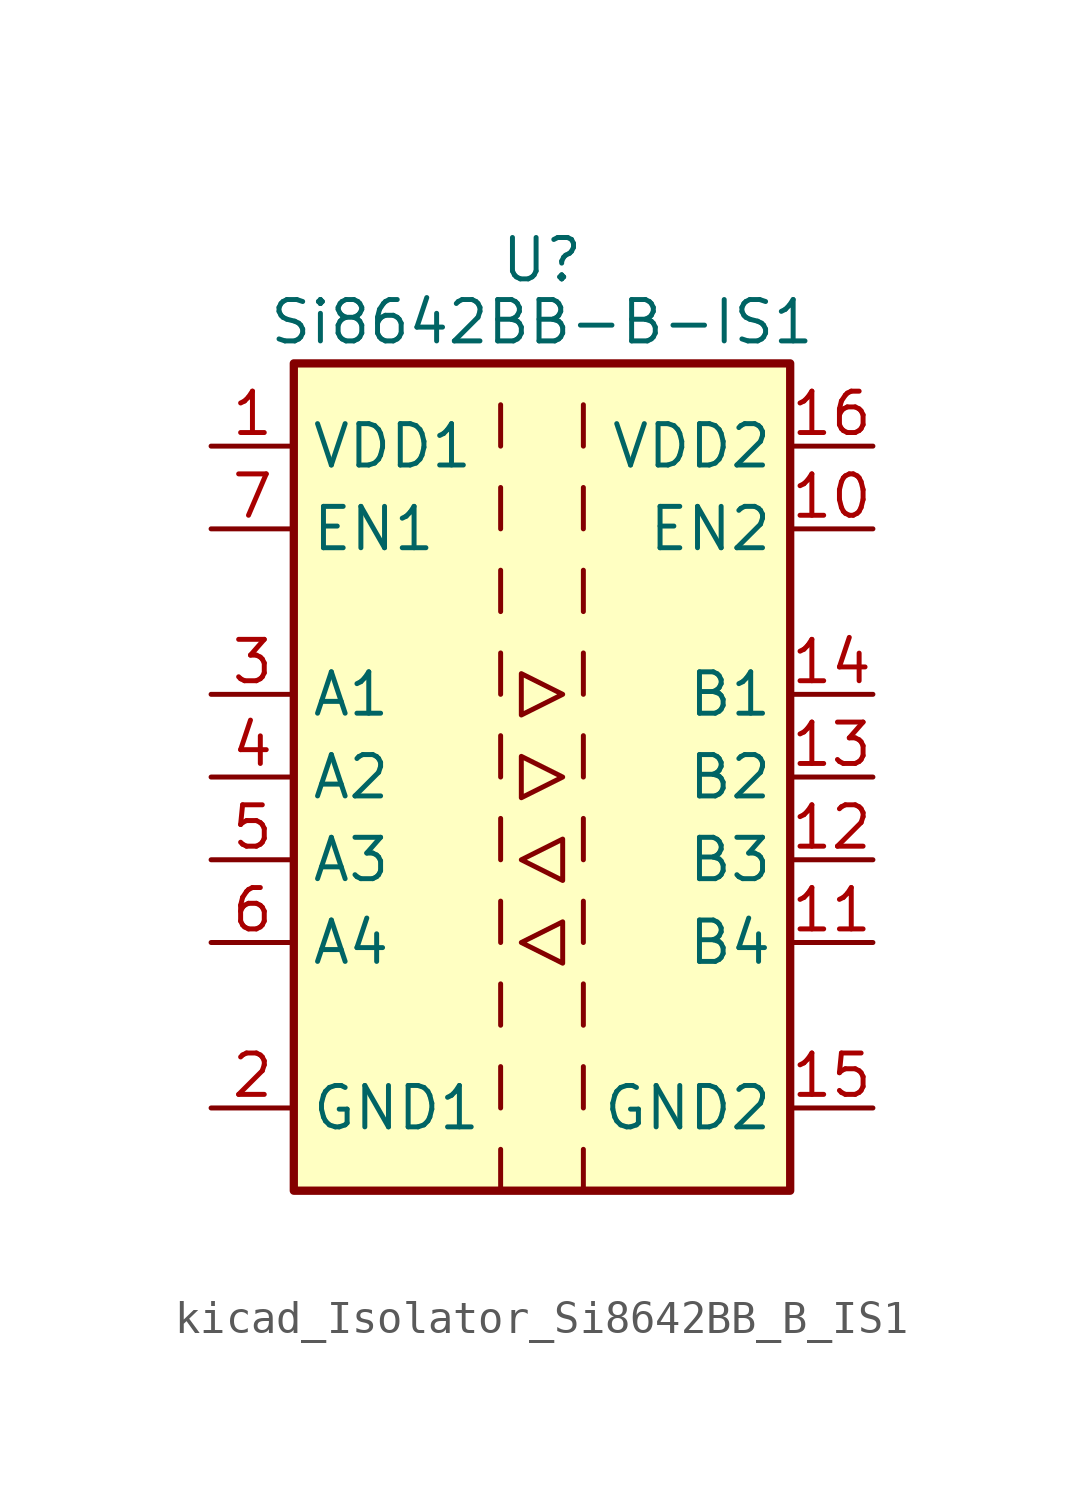
<source format=kicad_sym>
(kicad_symbol_lib
  (version 20220914)
  (generator kicad_symbol_editor)
  (symbol "kicad_Isolator_Si8642BB_B_IS1"
    (property "Reference" "U"
      (at 0 15.875 0)
      (effects (font (size 1.27 1.27))))
    (property "Value" "Si8642BB-B-IS1"
      (at 0 13.97 0)
      (effects (font (size 1.27 1.27))))
    (symbol "kicad_Isolator_Si8642BB_B_IS1_0_1"
      (rectangle (start -7.62 12.7) (end 7.62 -12.7) (stroke (width 0.254) (type default)) (fill (type background)))
      (polyline (pts (xy -1.27 -11.43) (xy -1.27 -12.7)) (stroke (width 0) (type default)) (fill (type none)))
      (polyline (pts (xy -1.27 -8.89) (xy -1.27 -10.16)) (stroke (width 0) (type default)) (fill (type none)))
      (polyline (pts (xy -1.27 -6.35) (xy -1.27 -7.62)) (stroke (width 0) (type default)) (fill (type none)))
      (polyline (pts (xy -1.27 -3.81) (xy -1.27 -5.08)) (stroke (width 0) (type default)) (fill (type none)))
      (polyline (pts (xy -1.27 -1.27) (xy -1.27 -2.54)) (stroke (width 0) (type default)) (fill (type none)))
      (polyline (pts (xy -1.27 1.27) (xy -1.27 0)) (stroke (width 0) (type default)) (fill (type none)))
      (polyline (pts (xy -1.27 3.81) (xy -1.27 2.54)) (stroke (width 0) (type default)) (fill (type none)))
      (polyline (pts (xy -1.27 6.35) (xy -1.27 5.08)) (stroke (width 0) (type default)) (fill (type none)))
      (polyline (pts (xy -1.27 8.89) (xy -1.27 7.62)) (stroke (width 0) (type default)) (fill (type none)))
      (polyline (pts (xy -1.27 11.43) (xy -1.27 10.16)) (stroke (width 0) (type default)) (fill (type none)))
      (polyline (pts (xy 1.27 -11.43) (xy 1.27 -12.7)) (stroke (width 0) (type default)) (fill (type none)))
      (polyline (pts (xy 1.27 -8.89) (xy 1.27 -10.16)) (stroke (width 0) (type default)) (fill (type none)))
      (polyline (pts (xy 1.27 -6.35) (xy 1.27 -7.62)) (stroke (width 0) (type default)) (fill (type none)))
      (polyline (pts (xy 1.27 -3.81) (xy 1.27 -5.08)) (stroke (width 0) (type default)) (fill (type none)))
      (polyline (pts (xy 1.27 -1.27) (xy 1.27 -2.54)) (stroke (width 0) (type default)) (fill (type none)))
      (polyline (pts (xy 1.27 1.27) (xy 1.27 0)) (stroke (width 0) (type default)) (fill (type none)))
      (polyline (pts (xy 1.27 3.81) (xy 1.27 2.54)) (stroke (width 0) (type default)) (fill (type none)))
      (polyline (pts (xy 1.27 6.35) (xy 1.27 5.08)) (stroke (width 0) (type default)) (fill (type none)))
      (polyline (pts (xy 1.27 8.89) (xy 1.27 7.62)) (stroke (width 0) (type default)) (fill (type none)))
      (polyline (pts (xy 1.27 11.43) (xy 1.27 10.16)) (stroke (width 0) (type default)) (fill (type none)))
      (polyline (pts (xy -0.635 -5.08) (xy 0.635 -4.445) (xy 0.635 -5.715) (xy -0.635 -5.08)) (stroke (width 0) (type default)) (fill (type none)))
      (polyline (pts (xy -0.635 -2.54) (xy 0.635 -1.905) (xy 0.635 -3.175) (xy -0.635 -2.54)) (stroke (width 0) (type default)) (fill (type none)))
      (polyline (pts (xy -0.635 0.635) (xy -0.635 -0.635) (xy 0.635 0) (xy -0.635 0.635)) (stroke (width 0) (type default)) (fill (type none)))
      (polyline (pts (xy -0.635 3.175) (xy -0.635 1.905) (xy 0.635 2.54) (xy -0.635 3.175)) (stroke (width 0) (type default)) (fill (type none))))
    (symbol "kicad_Isolator_Si8642BB_B_IS1_1_1"
      (pin power_in line (at -10.16 10.16 0) (length 2.54) (name "VDD1" (effects (font (size 1.27 1.27)))) (number "1" (effects (font (size 1.27 1.27)))))
      (pin input line (at 10.16 7.62 180) (length 2.54) (name "EN2" (effects (font (size 1.27 1.27)))) (number "10" (effects (font (size 1.27 1.27)))))
      (pin input line (at 10.16 -5.08 180) (length 2.54) (name "B4" (effects (font (size 1.27 1.27)))) (number "11" (effects (font (size 1.27 1.27)))))
      (pin input line (at 10.16 -2.54 180) (length 2.54) (name "B3" (effects (font (size 1.27 1.27)))) (number "12" (effects (font (size 1.27 1.27)))))
      (pin output line (at 10.16 0 180) (length 2.54) (name "B2" (effects (font (size 1.27 1.27)))) (number "13" (effects (font (size 1.27 1.27)))))
      (pin output line (at 10.16 2.54 180) (length 2.54) (name "B1" (effects (font (size 1.27 1.27)))) (number "14" (effects (font (size 1.27 1.27)))))
      (pin power_in line (at 10.16 -10.16 180) (length 2.54) (name "GND2" (effects (font (size 1.27 1.27)))) (number "15" (effects (font (size 1.27 1.27)))))
      (pin power_in line (at 10.16 10.16 180) (length 2.54) (name "VDD2" (effects (font (size 1.27 1.27)))) (number "16" (effects (font (size 1.27 1.27)))))
      (pin power_in line (at -10.16 -10.16 0) (length 2.54) (name "GND1" (effects (font (size 1.27 1.27)))) (number "2" (effects (font (size 1.27 1.27)))))
      (pin input line (at -10.16 2.54 0) (length 2.54) (name "A1" (effects (font (size 1.27 1.27)))) (number "3" (effects (font (size 1.27 1.27)))))
      (pin input line (at -10.16 0 0) (length 2.54) (name "A2" (effects (font (size 1.27 1.27)))) (number "4" (effects (font (size 1.27 1.27)))))
      (pin output line (at -10.16 -2.54 0) (length 2.54) (name "A3" (effects (font (size 1.27 1.27)))) (number "5" (effects (font (size 1.27 1.27)))))
      (pin output line (at -10.16 -5.08 0) (length 2.54) (name "A4" (effects (font (size 1.27 1.27)))) (number "6" (effects (font (size 1.27 1.27)))))
      (pin input line (at -10.16 7.62 0) (length 2.54) (name "EN1" (effects (font (size 1.27 1.27)))) (number "7" (effects (font (size 1.27 1.27)))))
      (pin passive line (at -10.16 -10.16 0) (length 2.54) hide (name "GND1" (effects (font (size 1.27 1.27)))) (number "8" (effects (font (size 1.27 1.27)))))
      (pin passive line (at 10.16 -10.16 180) (length 2.54) hide (name "GND2" (effects (font (size 1.27 1.27)))) (number "9" (effects (font (size 1.27 1.27))))))))
</source>
